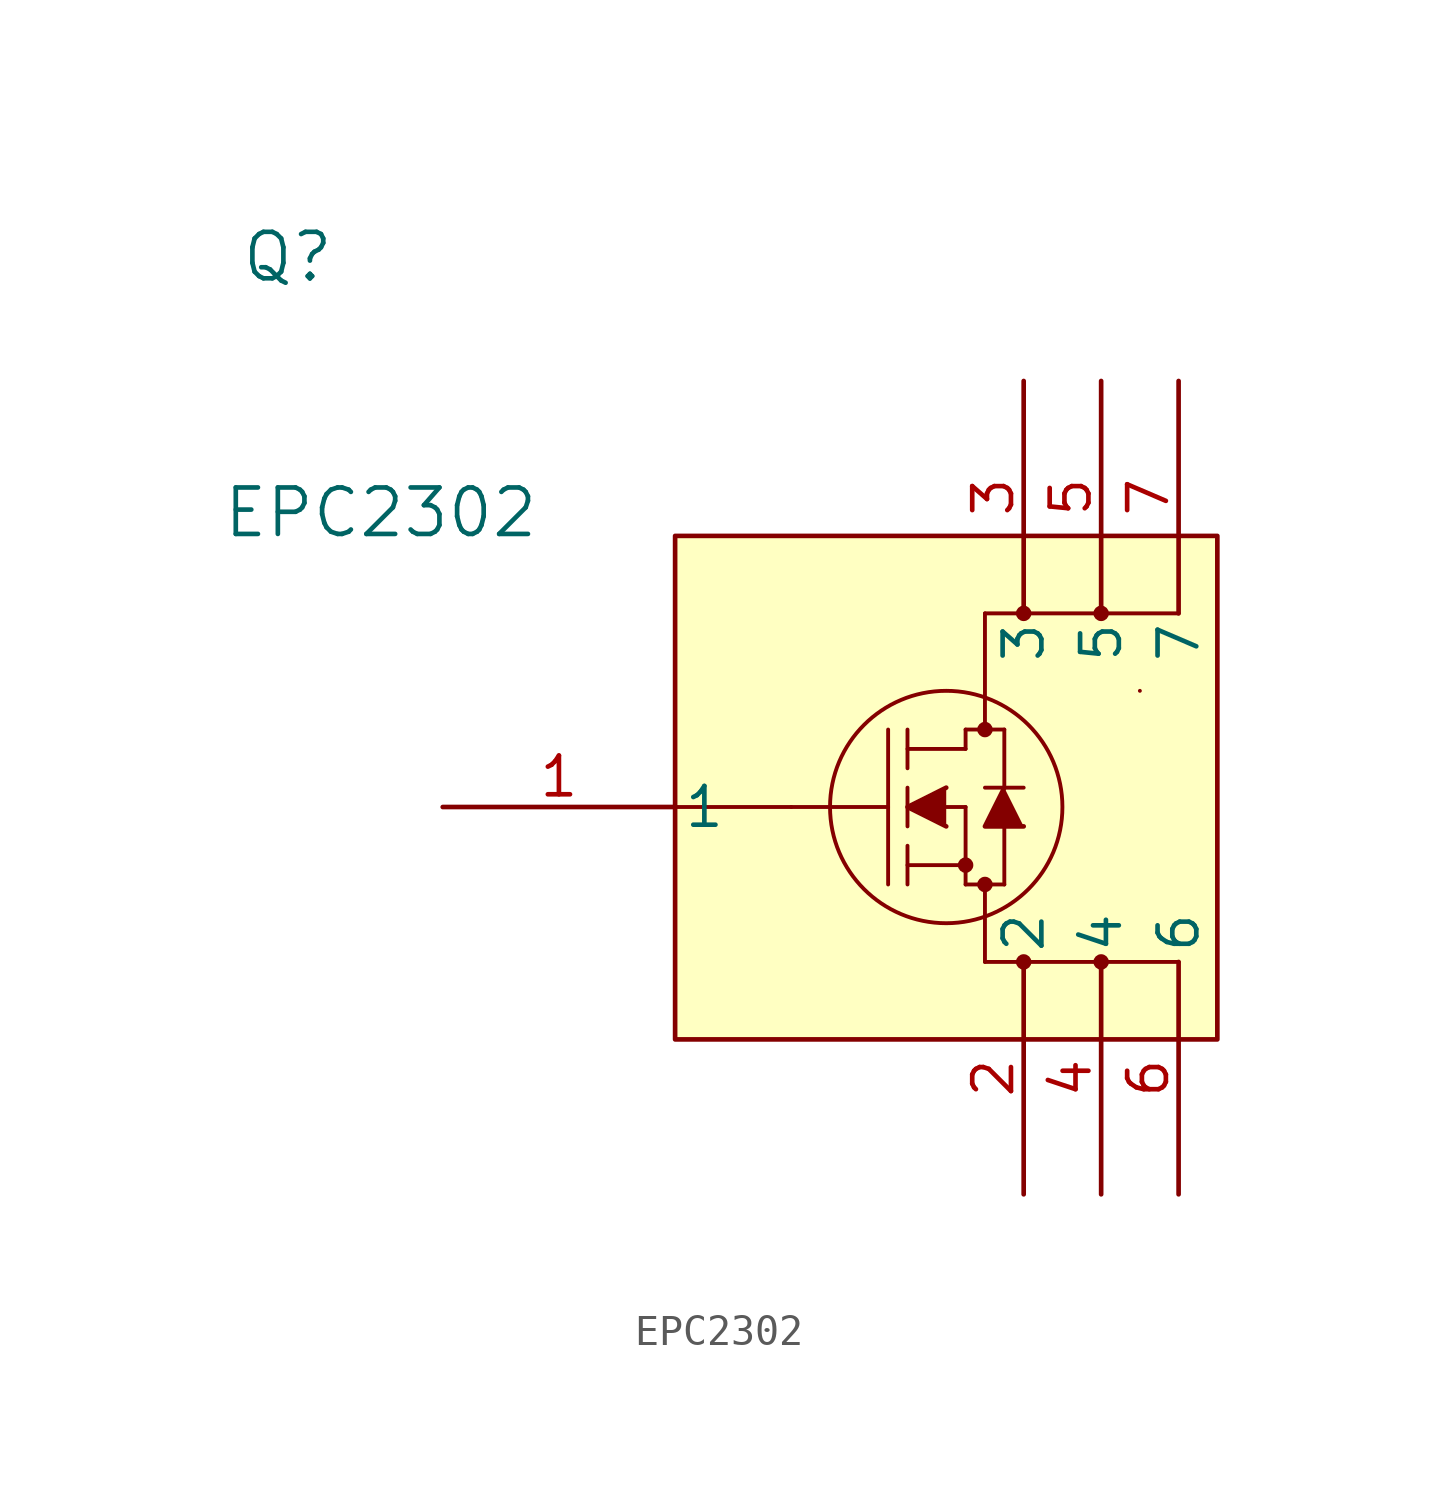
<source format=kicad_sym>
(kicad_symbol_lib
  (version 20231120)
  (generator "kicad_symbol_editor")
  (generator_version "8.0")
  (symbol "EPC2302"
    (pin_names
      (offset 0.254))
    (property "Reference" "Q"
      (at -5.08 14.224 0)
      (effects (font (size 1.524 1.524))))
    (property "Value" "EPC2302"
      (at -2.032 5.842 0)
      (effects (font (size 1.524 1.524))))
    (symbol "EPC2302_0_1"
      (polyline (pts (xy 7.62 -3.81) (xy 11.43 -3.81)) (stroke (width 0.127) (type default)) (fill (type none)))
      (polyline (pts (xy 11.43 -3.81) (xy 14.605 -3.81)) (stroke (width 0.127) (type default)) (fill (type none)))
      (polyline (pts (xy 14.605 -6.35) (xy 14.605 -1.27)) (stroke (width 0.127) (type default)) (fill (type none)))
      (polyline (pts (xy 15.24 -6.35) (xy 15.24 -5.08)) (stroke (width 0.127) (type default)) (fill (type none)))
      (polyline (pts (xy 15.24 -5.715) (xy 17.145 -5.715)) (stroke (width 0.127) (type default)) (fill (type none)))
      (polyline (pts (xy 15.24 -4.445) (xy 15.24 -3.175)) (stroke (width 0.127) (type default)) (fill (type none)))
      (polyline (pts (xy 15.24 -2.54) (xy 15.24 -1.27)) (stroke (width 0.127) (type default)) (fill (type none)))
      (polyline (pts (xy 15.24 -1.905) (xy 17.145 -1.905)) (stroke (width 0.127) (type default)) (fill (type none)))
      (polyline (pts (xy 16.51 -3.81) (xy 17.145 -3.81)) (stroke (width 0.127) (type default)) (fill (type none)))
      (polyline (pts (xy 17.145 -6.35) (xy 17.145 -3.81)) (stroke (width 0.127) (type default)) (fill (type none)))
      (polyline (pts (xy 17.145 -6.35) (xy 18.415 -6.35)) (stroke (width 0.127) (type default)) (fill (type none)))
      (polyline (pts (xy 17.145 -1.905) (xy 17.145 -1.27)) (stroke (width 0.127) (type default)) (fill (type none)))
      (polyline (pts (xy 17.145 -1.27) (xy 18.415 -1.27)) (stroke (width 0.127) (type default)) (fill (type none)))
      (polyline (pts (xy 17.78 -8.89) (xy 17.78 -6.35)) (stroke (width 0.127) (type default)) (fill (type none)))
      (polyline (pts (xy 17.78 2.54) (xy 17.78 -1.27)) (stroke (width 0.127) (type default)) (fill (type none)))
      (polyline (pts (xy 18.415 -6.35) (xy 18.415 -4.445)) (stroke (width 0.127) (type default)) (fill (type none)))
      (polyline (pts (xy 18.415 -3.175) (xy 18.415 -1.27)) (stroke (width 0.127) (type default)) (fill (type none)))
      (polyline (pts (xy 19.05 -3.175) (xy 17.78 -3.175)) (stroke (width 0.127) (type default)) (fill (type none)))
      (polyline (pts (xy 22.86 0) (xy 22.86 0)) (stroke (width 0.127) (type default)) (fill (type none)))
      (polyline (pts (xy 24.13 -8.89) (xy 17.78 -8.89)) (stroke (width 0.127) (type default)) (fill (type none)))
      (polyline (pts (xy 24.13 2.54) (xy 17.78 2.54)) (stroke (width 0.127) (type default)) (fill (type none)))
      (polyline (pts (xy 16.51 -3.175) (xy 15.24 -3.81) (xy 16.51 -4.445)) (stroke (width 0) (type default)) (fill (type outline)))
      (polyline (pts (xy 19.05 -4.445) (xy 17.78 -4.445) (xy 18.415 -3.175)) (stroke (width 0) (type default)) (fill (type outline)))
      (circle (center 16.51 -3.81) (radius 3.81) (stroke (width 0.127) (type default)) (fill (type none)))
      (circle (center 17.145 -5.715) (radius 0.127) (stroke (width 0.254) (type default)) (fill (type none)))
      (circle (center 17.78 -6.35) (radius 0.127) (stroke (width 0.254) (type default)) (fill (type none)))
      (circle (center 17.78 -1.27) (radius 0.127) (stroke (width 0.254) (type default)) (fill (type none)))
      (circle (center 19.05 -8.89) (radius 0.127) (stroke (width 0.254) (type default)) (fill (type none)))
      (circle (center 19.05 2.54) (radius 0.127) (stroke (width 0.254) (type default)) (fill (type none)))
      (circle (center 21.59 -8.89) (radius 0.127) (stroke (width 0.254) (type default)) (fill (type none)))
      (circle (center 21.59 2.54) (radius 0.127) (stroke (width 0.254) (type default)) (fill (type none)))
      (pin unspecified line (at 0 -3.81 0) (length 7.62) (name "1" (effects (font (size 1.27 1.27)))) (number "1" (effects (font (size 1.27 1.27)))))
      (pin unspecified line (at 19.05 -16.51 90) (length 7.62) (name "2" (effects (font (size 1.27 1.27)))) (number "2" (effects (font (size 1.27 1.27)))))
      (pin unspecified line (at 19.05 10.16 270) (length 7.62) (name "3" (effects (font (size 1.27 1.27)))) (number "3" (effects (font (size 1.27 1.27)))))
      (pin unspecified line (at 21.59 -16.51 90) (length 7.62) (name "4" (effects (font (size 1.27 1.27)))) (number "4" (effects (font (size 1.27 1.27)))))
      (pin unspecified line (at 21.59 10.16 270) (length 7.62) (name "5" (effects (font (size 1.27 1.27)))) (number "5" (effects (font (size 1.27 1.27)))))
      (pin unspecified line (at 24.13 -16.51 90) (length 7.62) (name "6" (effects (font (size 1.27 1.27)))) (number "6" (effects (font (size 1.27 1.27)))))
      (pin unspecified line (at 24.13 10.16 270) (length 7.62) (name "7" (effects (font (size 1.27 1.27)))) (number "7" (effects (font (size 1.27 1.27))))))
    (symbol "EPC2302_1_1"
      (rectangle (start 7.62 5.08) (end 25.4 -11.43) (stroke (width 0) (type default)) (fill (type background))))))
</source>
